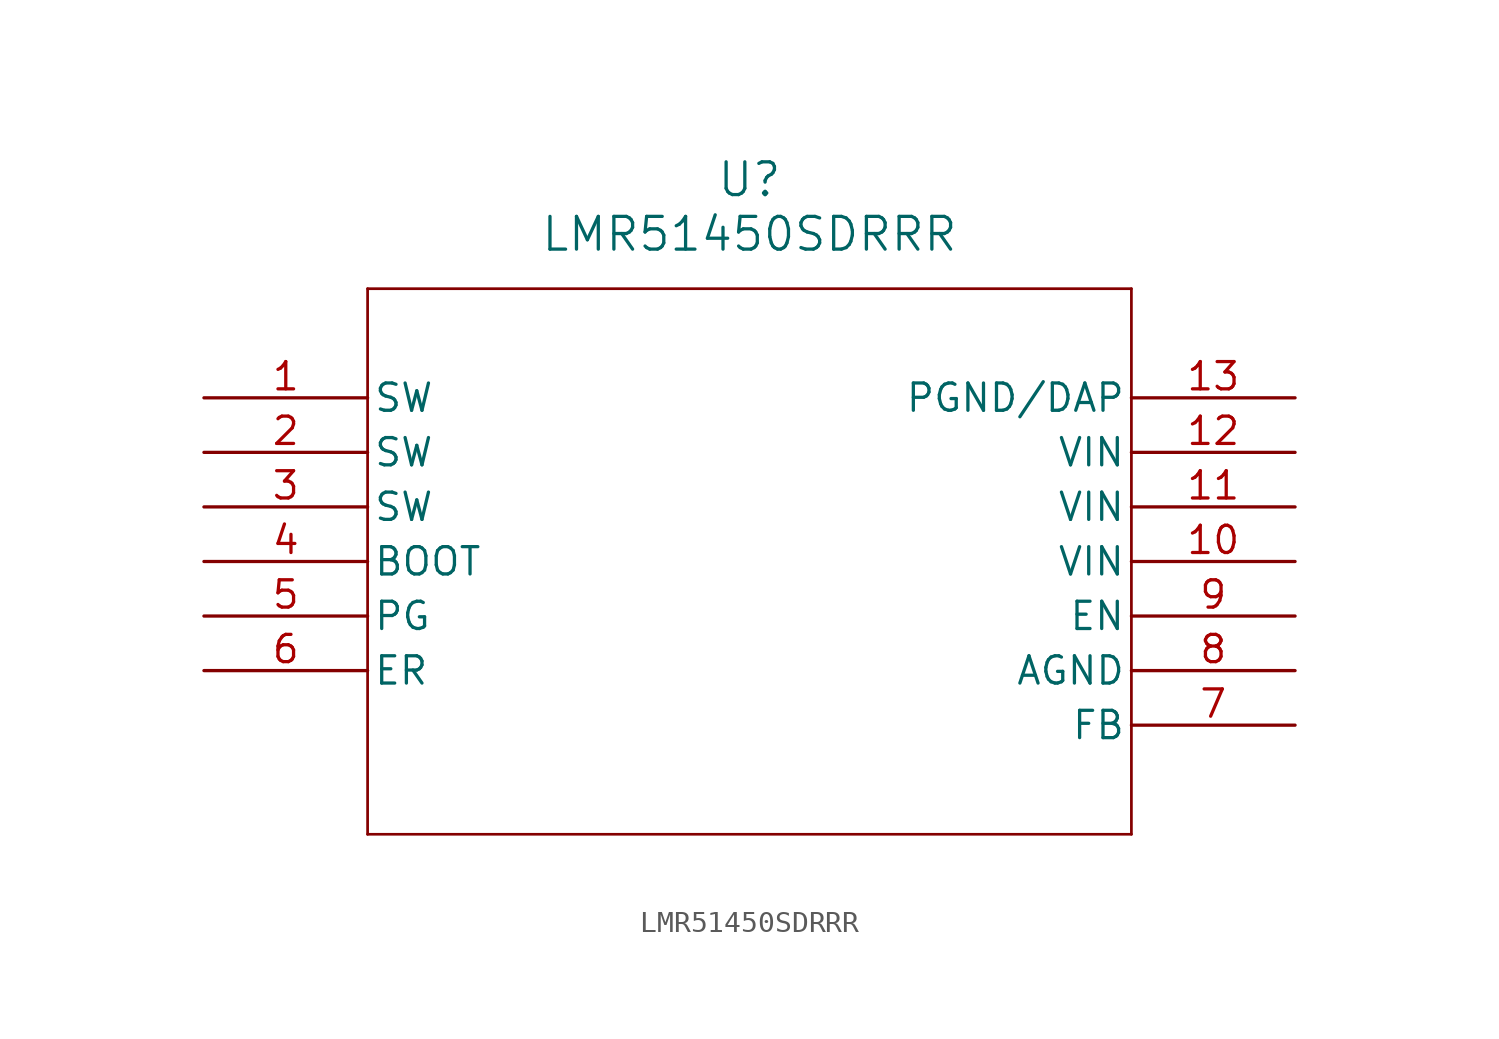
<source format=kicad_sym>
(kicad_symbol_lib
  (version 20211014)
  (generator kicad_symbol_editor)
  (symbol "LMR51450SDRRR"
    (pin_names
      (offset 0.254))
    (property "Reference" "U"
      (at 25.4 10.16 0)
      (effects (font (size 1.524 1.524))))
    (property "Value" "LMR51450SDRRR"
      (at 25.4 7.62 0)
      (effects (font (size 1.524 1.524))))
    (symbol "LMR51450SDRRR_0_1"
      (polyline (pts (xy 7.62 5.08) (xy 7.62 -20.32)) (stroke (width 0.127) (type default) (color 0 0 0 0)) (fill (type none)))
      (polyline (pts (xy 7.62 -20.32) (xy 43.18 -20.32)) (stroke (width 0.127) (type default) (color 0 0 0 0)) (fill (type none)))
      (polyline (pts (xy 43.18 -20.32) (xy 43.18 5.08)) (stroke (width 0.127) (type default) (color 0 0 0 0)) (fill (type none)))
      (polyline (pts (xy 43.18 5.08) (xy 7.62 5.08)) (stroke (width 0.127) (type default) (color 0 0 0 0)) (fill (type none)))
      (pin unspecified line (at 0 0 0) (length 7.62) (name "SW" (effects (font (size 1.27 1.27)))) (number "1" (effects (font (size 1.27 1.27)))))
      (pin unspecified line (at 0 -2.54 0) (length 7.62) (name "SW" (effects (font (size 1.27 1.27)))) (number "2" (effects (font (size 1.27 1.27)))))
      (pin unspecified line (at 0 -5.08 0) (length 7.62) (name "SW" (effects (font (size 1.27 1.27)))) (number "3" (effects (font (size 1.27 1.27)))))
      (pin unspecified line (at 0 -7.62 0) (length 7.62) (name "BOOT" (effects (font (size 1.27 1.27)))) (number "4" (effects (font (size 1.27 1.27)))))
      (pin unspecified line (at 0 -10.16 0) (length 7.62) (name "PG" (effects (font (size 1.27 1.27)))) (number "5" (effects (font (size 1.27 1.27)))))
      (pin unspecified line (at 0 -12.7 0) (length 7.62) (name "ER" (effects (font (size 1.27 1.27)))) (number "6" (effects (font (size 1.27 1.27)))))
      (pin unspecified line (at 50.8 -15.24 180) (length 7.62) (name "FB" (effects (font (size 1.27 1.27)))) (number "7" (effects (font (size 1.27 1.27)))))
      (pin power_out line (at 50.8 -12.7 180) (length 7.62) (name "AGND" (effects (font (size 1.27 1.27)))) (number "8" (effects (font (size 1.27 1.27)))))
      (pin unspecified line (at 50.8 -10.16 180) (length 7.62) (name "EN" (effects (font (size 1.27 1.27)))) (number "9" (effects (font (size 1.27 1.27)))))
      (pin unspecified line (at 50.8 -7.62 180) (length 7.62) (name "VIN" (effects (font (size 1.27 1.27)))) (number "10" (effects (font (size 1.27 1.27)))))
      (pin unspecified line (at 50.8 -5.08 180) (length 7.62) (name "VIN" (effects (font (size 1.27 1.27)))) (number "11" (effects (font (size 1.27 1.27)))))
      (pin unspecified line (at 50.8 -2.54 180) (length 7.62) (name "VIN" (effects (font (size 1.27 1.27)))) (number "12" (effects (font (size 1.27 1.27)))))
      (pin power_out line (at 50.8 0 180) (length 7.62) (name "PGND/DAP" (effects (font (size 1.27 1.27)))) (number "13" (effects (font (size 1.27 1.27))))))))
</source>
